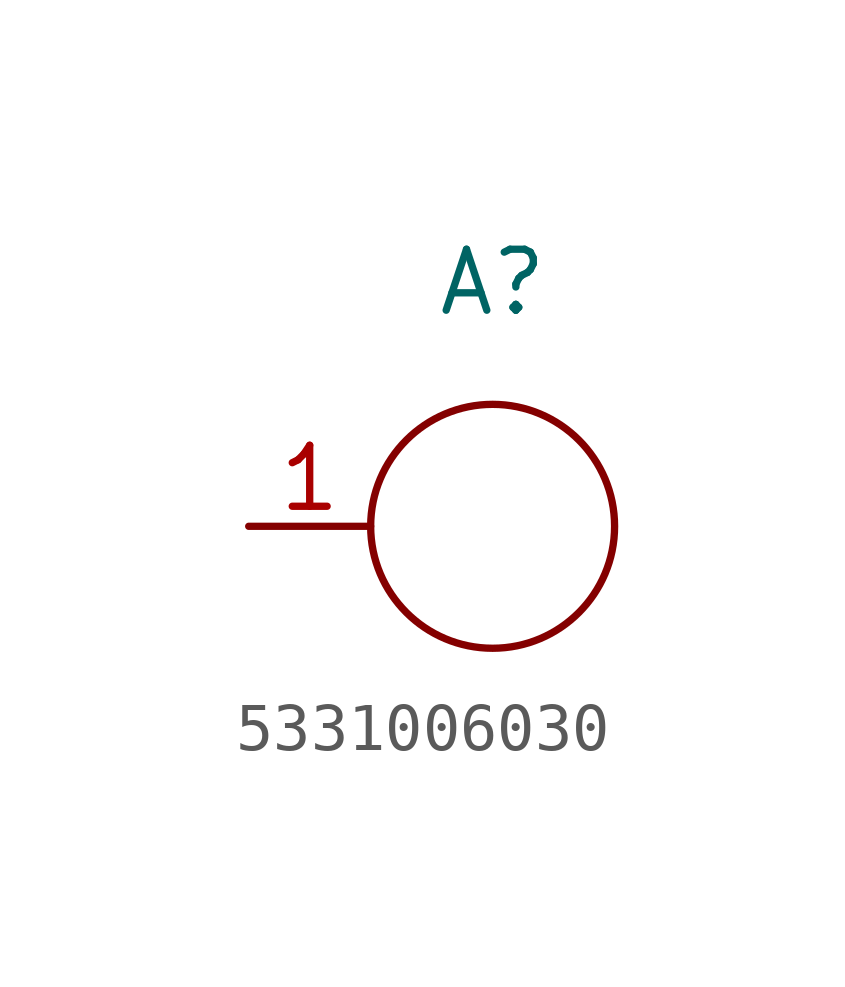
<source format=kicad_sym>
(kicad_symbol_lib
  (version 20220914)
  (generator kicad_symbol_editor)
  (symbol "5331006030"
    (pin_names hide)
    (property "Reference" "A"
      (at 0 5.08 0)
      (effects (font (size 1.27 1.27))))
    (symbol "5331006030_0_1"
      (circle (center 0 0) (radius 2.54) (stroke (width 0) (type default)) (fill (type none))))
    (symbol "5331006030_1_1"
      (pin passive line (at -5.08 0 0) (length 2.54) (name "1" (effects (font (size 1.27 1.27)))) (number "1" (effects (font (size 1.27 1.27))))))))
</source>
